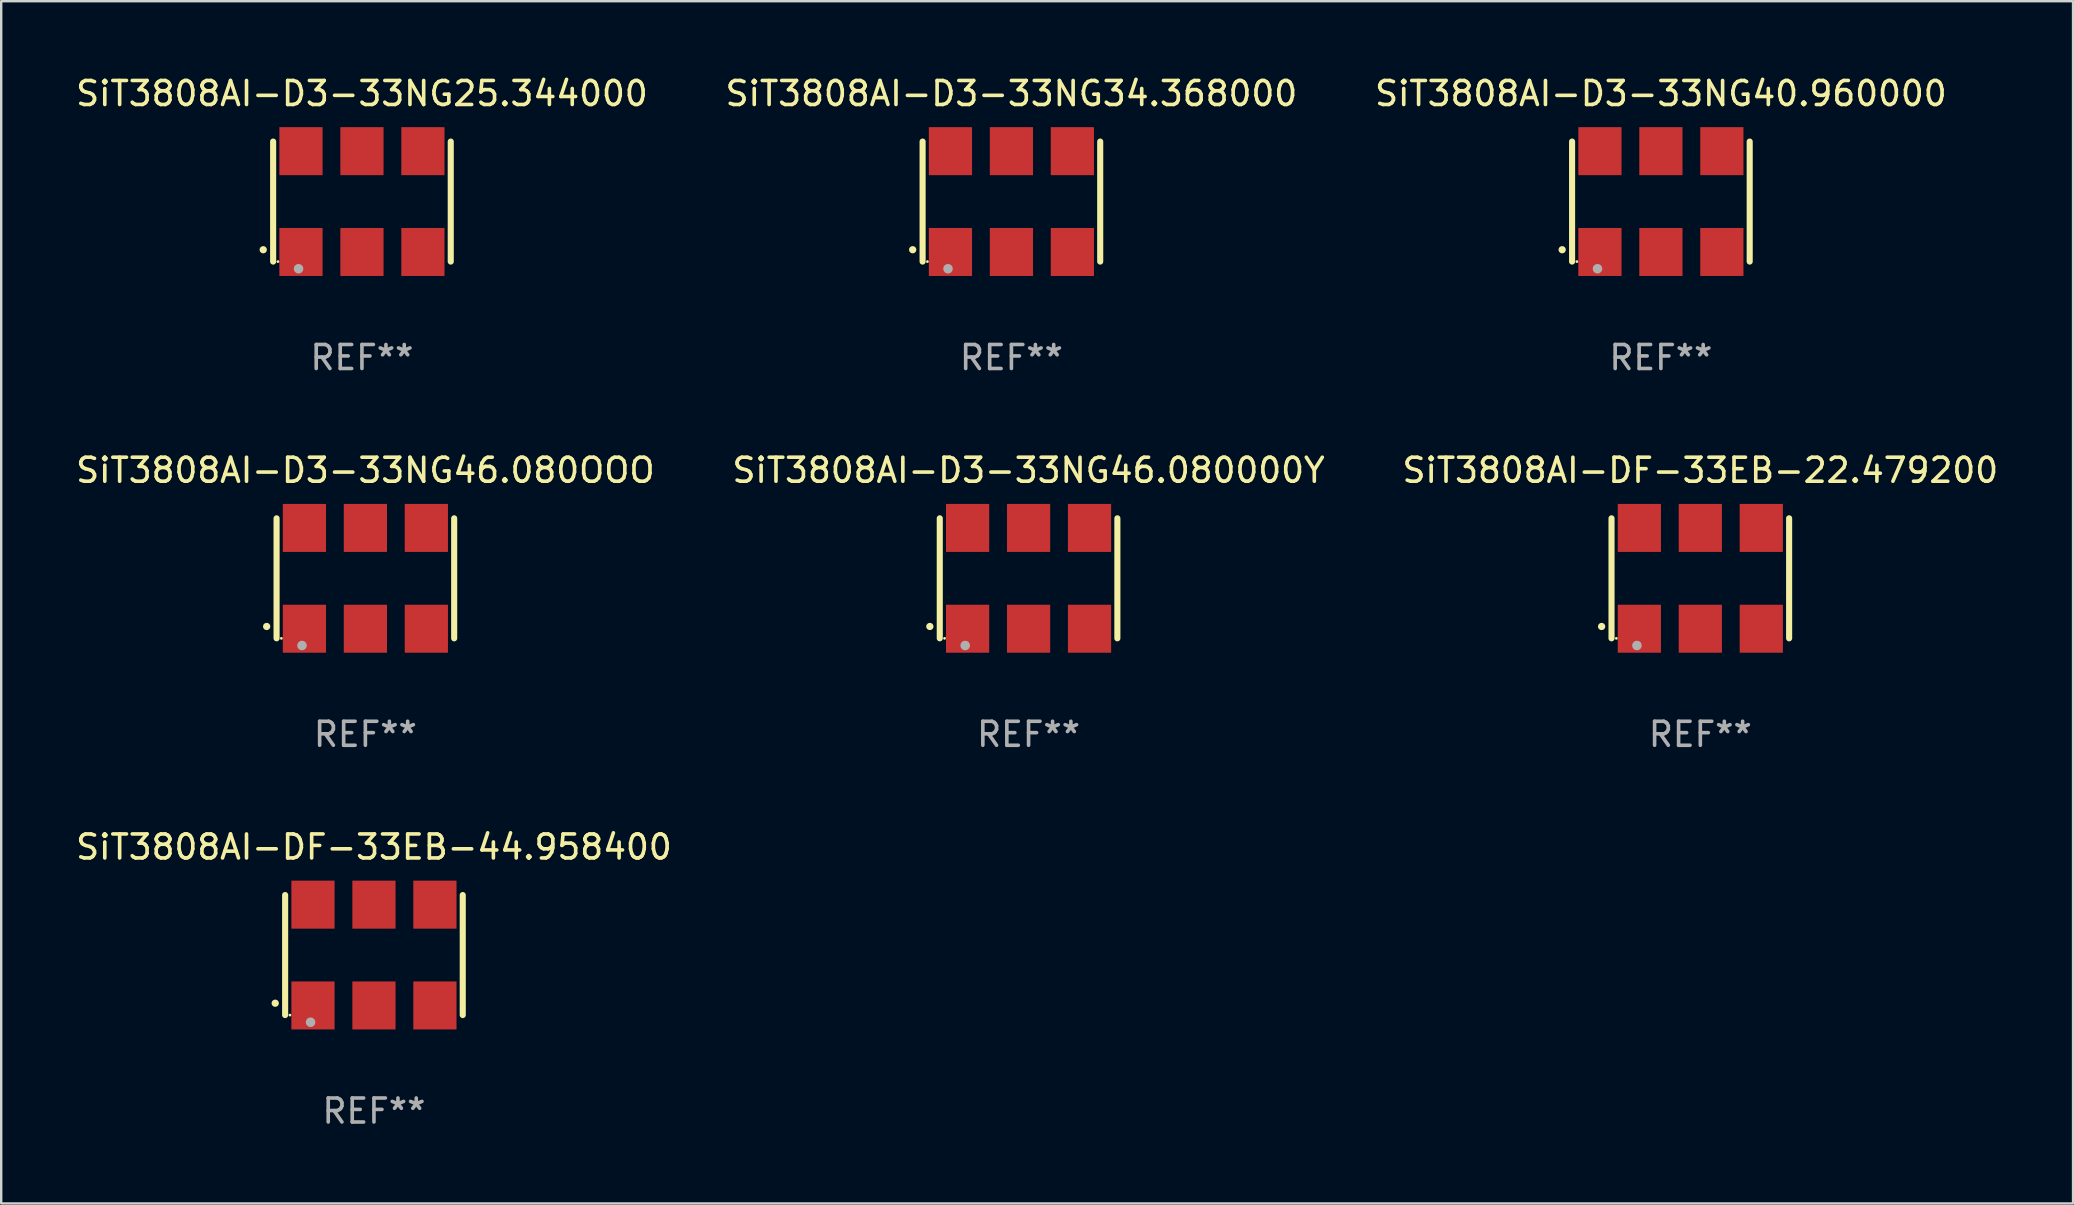
<source format=kicad_pcb>
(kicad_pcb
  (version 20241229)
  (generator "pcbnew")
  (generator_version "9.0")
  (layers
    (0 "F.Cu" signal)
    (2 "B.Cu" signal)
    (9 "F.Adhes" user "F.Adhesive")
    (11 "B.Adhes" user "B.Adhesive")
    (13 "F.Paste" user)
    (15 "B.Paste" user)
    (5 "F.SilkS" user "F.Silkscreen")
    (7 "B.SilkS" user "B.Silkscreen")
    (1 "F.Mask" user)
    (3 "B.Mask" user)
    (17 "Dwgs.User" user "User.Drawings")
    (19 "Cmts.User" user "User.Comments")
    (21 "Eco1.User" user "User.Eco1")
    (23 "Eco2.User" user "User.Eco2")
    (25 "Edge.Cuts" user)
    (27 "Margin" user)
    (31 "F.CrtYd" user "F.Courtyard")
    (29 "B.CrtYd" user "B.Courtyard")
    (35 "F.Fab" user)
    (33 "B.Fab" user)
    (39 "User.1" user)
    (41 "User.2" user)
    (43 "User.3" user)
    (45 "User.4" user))
  (footprint "SiT3808AI-D3-33NG34.368000"
    (layer "F.Cu")
    (at 39.089 5.348)
    (property "Reference" "SiT3808AI-D3-33NG34.368000" (at 0 -4.5 0) (layer "F.SilkS") (effects (font (size 1 1) (thickness 0.15))))
    (attr through_hole)
    (fp_line (start -3.7 -2.5) (end -3.7 2.5) (stroke (width 0.254) (type solid)) (layer "F.SilkS"))
    (fp_line (start 3.7 -2.5) (end 3.7 2.5) (stroke (width 0.254) (type solid)) (layer "F.SilkS"))
    (fp_arc (start -4.114415 2.006604) (mid -4.113145 2.006599) (end -4.111875 2.006604) (stroke (width 0.3) (type solid)) (layer "F.SilkS"))
    (fp_circle (center -3.5 2.501) (end -3.47 2.501) (stroke (width 0.06) (type solid)) (fill no) (layer "F.SilkS"))
    (fp_circle (center -2.641 2.799) (end -2.541 2.799) (stroke (width 0.2) (type solid)) (fill no) (layer "F.Fab"))
    (fp_text user "REF**" (at 0 6.5 0) (layer "F.Fab") (effects (font (size 1 1) (thickness 0.15))))
    (pad "1" smd rect (at -2.54 2.1) (size 1.8 2) (layers "F.Cu" "F.Mask" "F.Paste"))
    (pad "2" smd rect (at 0.000394 2.1) (size 1.8 2) (layers "F.Cu" "F.Mask" "F.Paste"))
    (pad "3" smd rect (at 2.54 2.1) (size 1.8 2) (layers "F.Cu" "F.Mask" "F.Paste"))
    (pad "4" smd rect (at 2.54 -2.1) (size 1.8 2) (layers "F.Cu" "F.Mask" "F.Paste"))
    (pad "5" smd rect (at 0.000394 -2.1) (size 1.8 2) (layers "F.Cu" "F.Mask" "F.Paste"))
    (pad "6" smd rect (at -2.54 -2.1) (size 1.8 2) (layers "F.Cu" "F.Mask" "F.Paste")))
  (footprint "SiT3808AI-D3-33NG40.960000"
    (layer "F.Cu")
    (at 66.149 5.348)
    (property "Reference" "SiT3808AI-D3-33NG40.960000" (at 0 -4.5 0) (layer "F.SilkS") (effects (font (size 1 1) (thickness 0.15))))
    (attr through_hole)
    (fp_line (start -3.7 -2.5) (end -3.7 2.5) (stroke (width 0.254) (type solid)) (layer "F.SilkS"))
    (fp_line (start 3.7 -2.5) (end 3.7 2.5) (stroke (width 0.254) (type solid)) (layer "F.SilkS"))
    (fp_arc (start -4.114415 2.006604) (mid -4.113145 2.006599) (end -4.111875 2.006604) (stroke (width 0.3) (type solid)) (layer "F.SilkS"))
    (fp_circle (center -3.5 2.501) (end -3.47 2.501) (stroke (width 0.06) (type solid)) (fill no) (layer "F.SilkS"))
    (fp_circle (center -2.641 2.799) (end -2.541 2.799) (stroke (width 0.2) (type solid)) (fill no) (layer "F.Fab"))
    (fp_text user "REF**" (at 0 6.5 0) (layer "F.Fab") (effects (font (size 1 1) (thickness 0.15))))
    (pad "1" smd rect (at -2.54 2.1) (size 1.8 2) (layers "F.Cu" "F.Mask" "F.Paste"))
    (pad "2" smd rect (at 0.000394 2.1) (size 1.8 2) (layers "F.Cu" "F.Mask" "F.Paste"))
    (pad "3" smd rect (at 2.54 2.1) (size 1.8 2) (layers "F.Cu" "F.Mask" "F.Paste"))
    (pad "4" smd rect (at 2.54 -2.1) (size 1.8 2) (layers "F.Cu" "F.Mask" "F.Paste"))
    (pad "5" smd rect (at 0.000394 -2.1) (size 1.8 2) (layers "F.Cu" "F.Mask" "F.Paste"))
    (pad "6" smd rect (at -2.54 -2.1) (size 1.8 2) (layers "F.Cu" "F.Mask" "F.Paste")))
  (footprint "SiT3808AI-D3-33NG25.344000"
    (layer "F.Cu")
    (at 12.03 5.348)
    (property "Reference" "SiT3808AI-D3-33NG25.344000" (at 0 -4.5 0) (layer "F.SilkS") (effects (font (size 1 1) (thickness 0.15))))
    (attr through_hole)
    (fp_line (start -3.7 -2.5) (end -3.7 2.5) (stroke (width 0.254) (type solid)) (layer "F.SilkS"))
    (fp_line (start 3.7 -2.5) (end 3.7 2.5) (stroke (width 0.254) (type solid)) (layer "F.SilkS"))
    (fp_arc (start -4.114415 2.006604) (mid -4.113145 2.006599) (end -4.111875 2.006604) (stroke (width 0.3) (type solid)) (layer "F.SilkS"))
    (fp_circle (center -3.5 2.501) (end -3.47 2.501) (stroke (width 0.06) (type solid)) (fill no) (layer "F.SilkS"))
    (fp_circle (center -2.641 2.799) (end -2.541 2.799) (stroke (width 0.2) (type solid)) (fill no) (layer "F.Fab"))
    (fp_text user "REF**" (at 0 6.5 0) (layer "F.Fab") (effects (font (size 1 1) (thickness 0.15))))
    (pad "1" smd rect (at -2.54 2.1) (size 1.8 2) (layers "F.Cu" "F.Mask" "F.Paste"))
    (pad "2" smd rect (at 0.000394 2.1) (size 1.8 2) (layers "F.Cu" "F.Mask" "F.Paste"))
    (pad "3" smd rect (at 2.54 2.1) (size 1.8 2) (layers "F.Cu" "F.Mask" "F.Paste"))
    (pad "4" smd rect (at 2.54 -2.1) (size 1.8 2) (layers "F.Cu" "F.Mask" "F.Paste"))
    (pad "5" smd rect (at 0.000394 -2.1) (size 1.8 2) (layers "F.Cu" "F.Mask" "F.Paste"))
    (pad "6" smd rect (at -2.54 -2.1) (size 1.8 2) (layers "F.Cu" "F.Mask" "F.Paste")))
  (footprint "SiT3808AI-D3-33NG46.080OOO"
    (layer "F.Cu")
    (at 12.173 21.045)
    (property "Reference" "SiT3808AI-D3-33NG46.080OOO" (at 0 -4.5 0) (layer "F.SilkS") (effects (font (size 1 1) (thickness 0.15))))
    (attr through_hole)
    (fp_line (start -3.7 -2.5) (end -3.7 2.5) (stroke (width 0.254) (type solid)) (layer "F.SilkS"))
    (fp_line (start 3.7 -2.5) (end 3.7 2.5) (stroke (width 0.254) (type solid)) (layer "F.SilkS"))
    (fp_arc (start -4.114415 2.006604) (mid -4.113145 2.006599) (end -4.111875 2.006604) (stroke (width 0.3) (type solid)) (layer "F.SilkS"))
    (fp_circle (center -3.5 2.501) (end -3.47 2.501) (stroke (width 0.06) (type solid)) (fill no) (layer "F.SilkS"))
    (fp_circle (center -2.641 2.799) (end -2.541 2.799) (stroke (width 0.2) (type solid)) (fill no) (layer "F.Fab"))
    (fp_text user "REF**" (at 0 6.5 0) (layer "F.Fab") (effects (font (size 1 1) (thickness 0.15))))
    (pad "1" smd rect (at -2.54 2.1) (size 1.8 2) (layers "F.Cu" "F.Mask" "F.Paste"))
    (pad "2" smd rect (at 0.000394 2.1) (size 1.8 2) (layers "F.Cu" "F.Mask" "F.Paste"))
    (pad "3" smd rect (at 2.54 2.1) (size 1.8 2) (layers "F.Cu" "F.Mask" "F.Paste"))
    (pad "4" smd rect (at 2.54 -2.1) (size 1.8 2) (layers "F.Cu" "F.Mask" "F.Paste"))
    (pad "5" smd rect (at 0.000394 -2.1) (size 1.8 2) (layers "F.Cu" "F.Mask" "F.Paste"))
    (pad "6" smd rect (at -2.54 -2.1) (size 1.8 2) (layers "F.Cu" "F.Mask" "F.Paste")))
  (footprint "SiT3808AI-DF-33EB-22.479200"
    (layer "F.Cu")
    (at 67.792 21.045)
    (property "Reference" "SiT3808AI-DF-33EB-22.479200" (at 0 -4.5 0) (layer "F.SilkS") (effects (font (size 1 1) (thickness 0.15))))
    (attr through_hole)
    (fp_line (start -3.7 -2.5) (end -3.7 2.5) (stroke (width 0.254) (type solid)) (layer "F.SilkS"))
    (fp_line (start 3.7 -2.5) (end 3.7 2.5) (stroke (width 0.254) (type solid)) (layer "F.SilkS"))
    (fp_arc (start -4.114415 2.006604) (mid -4.113145 2.006599) (end -4.111875 2.006604) (stroke (width 0.3) (type solid)) (layer "F.SilkS"))
    (fp_circle (center -3.5 2.501) (end -3.47 2.501) (stroke (width 0.06) (type solid)) (fill no) (layer "F.SilkS"))
    (fp_circle (center -2.641 2.799) (end -2.541 2.799) (stroke (width 0.2) (type solid)) (fill no) (layer "F.Fab"))
    (fp_text user "REF**" (at 0 6.5 0) (layer "F.Fab") (effects (font (size 1 1) (thickness 0.15))))
    (pad "1" smd rect (at -2.54 2.1) (size 1.8 2) (layers "F.Cu" "F.Mask" "F.Paste"))
    (pad "2" smd rect (at 0.000394 2.1) (size 1.8 2) (layers "F.Cu" "F.Mask" "F.Paste"))
    (pad "3" smd rect (at 2.54 2.1) (size 1.8 2) (layers "F.Cu" "F.Mask" "F.Paste"))
    (pad "4" smd rect (at 2.54 -2.1) (size 1.8 2) (layers "F.Cu" "F.Mask" "F.Paste"))
    (pad "5" smd rect (at 0.000394 -2.1) (size 1.8 2) (layers "F.Cu" "F.Mask" "F.Paste"))
    (pad "6" smd rect (at -2.54 -2.1) (size 1.8 2) (layers "F.Cu" "F.Mask" "F.Paste")))
  (footprint "SiT3808AI-DF-33EB-44.958400"
    (layer "F.Cu")
    (at 12.53 36.741)
    (property "Reference" "SiT3808AI-DF-33EB-44.958400" (at 0 -4.5 0) (layer "F.SilkS") (effects (font (size 1 1) (thickness 0.15))))
    (attr through_hole)
    (fp_line (start -3.7 -2.5) (end -3.7 2.5) (stroke (width 0.254) (type solid)) (layer "F.SilkS"))
    (fp_line (start 3.7 -2.5) (end 3.7 2.5) (stroke (width 0.254) (type solid)) (layer "F.SilkS"))
    (fp_arc (start -4.114415 2.006604) (mid -4.113145 2.006599) (end -4.111875 2.006604) (stroke (width 0.3) (type solid)) (layer "F.SilkS"))
    (fp_circle (center -3.5 2.501) (end -3.47 2.501) (stroke (width 0.06) (type solid)) (fill no) (layer "F.SilkS"))
    (fp_circle (center -2.641 2.799) (end -2.541 2.799) (stroke (width 0.2) (type solid)) (fill no) (layer "F.Fab"))
    (fp_text user "REF**" (at 0 6.5 0) (layer "F.Fab") (effects (font (size 1 1) (thickness 0.15))))
    (pad "1" smd rect (at -2.54 2.1) (size 1.8 2) (layers "F.Cu" "F.Mask" "F.Paste"))
    (pad "2" smd rect (at 0.000394 2.1) (size 1.8 2) (layers "F.Cu" "F.Mask" "F.Paste"))
    (pad "3" smd rect (at 2.54 2.1) (size 1.8 2) (layers "F.Cu" "F.Mask" "F.Paste"))
    (pad "4" smd rect (at 2.54 -2.1) (size 1.8 2) (layers "F.Cu" "F.Mask" "F.Paste"))
    (pad "5" smd rect (at 0.000394 -2.1) (size 1.8 2) (layers "F.Cu" "F.Mask" "F.Paste"))
    (pad "6" smd rect (at -2.54 -2.1) (size 1.8 2) (layers "F.Cu" "F.Mask" "F.Paste")))
  (footprint "SiT3808AI-D3-33NG46.080000Y"
    (layer "F.Cu")
    (at 39.804 21.045)
    (property "Reference" "SiT3808AI-D3-33NG46.080000Y" (at 0 -4.5 0) (layer "F.SilkS") (effects (font (size 1 1) (thickness 0.15))))
    (attr through_hole)
    (fp_line (start -3.7 -2.5) (end -3.7 2.5) (stroke (width 0.254) (type solid)) (layer "F.SilkS"))
    (fp_line (start 3.7 -2.5) (end 3.7 2.5) (stroke (width 0.254) (type solid)) (layer "F.SilkS"))
    (fp_arc (start -4.114415 2.006604) (mid -4.113145 2.006599) (end -4.111875 2.006604) (stroke (width 0.3) (type solid)) (layer "F.SilkS"))
    (fp_circle (center -3.5 2.501) (end -3.47 2.501) (stroke (width 0.06) (type solid)) (fill no) (layer "F.SilkS"))
    (fp_circle (center -2.641 2.799) (end -2.541 2.799) (stroke (width 0.2) (type solid)) (fill no) (layer "F.Fab"))
    (fp_text user "REF**" (at 0 6.5 0) (layer "F.Fab") (effects (font (size 1 1) (thickness 0.15))))
    (pad "1" smd rect (at -2.54 2.1) (size 1.8 2) (layers "F.Cu" "F.Mask" "F.Paste"))
    (pad "2" smd rect (at 0.000394 2.1) (size 1.8 2) (layers "F.Cu" "F.Mask" "F.Paste"))
    (pad "3" smd rect (at 2.54 2.1) (size 1.8 2) (layers "F.Cu" "F.Mask" "F.Paste"))
    (pad "4" smd rect (at 2.54 -2.1) (size 1.8 2) (layers "F.Cu" "F.Mask" "F.Paste"))
    (pad "5" smd rect (at 0.000394 -2.1) (size 1.8 2) (layers "F.Cu" "F.Mask" "F.Paste"))
    (pad "6" smd rect (at -2.54 -2.1) (size 1.8 2) (layers "F.Cu" "F.Mask" "F.Paste")))
  (gr_rect
    (start -3 -3)
    (end 83.321 47.09)
    (stroke (width 0.1) (type default))
    (fill no)
    (layer "Edge.Cuts")))
</source>
